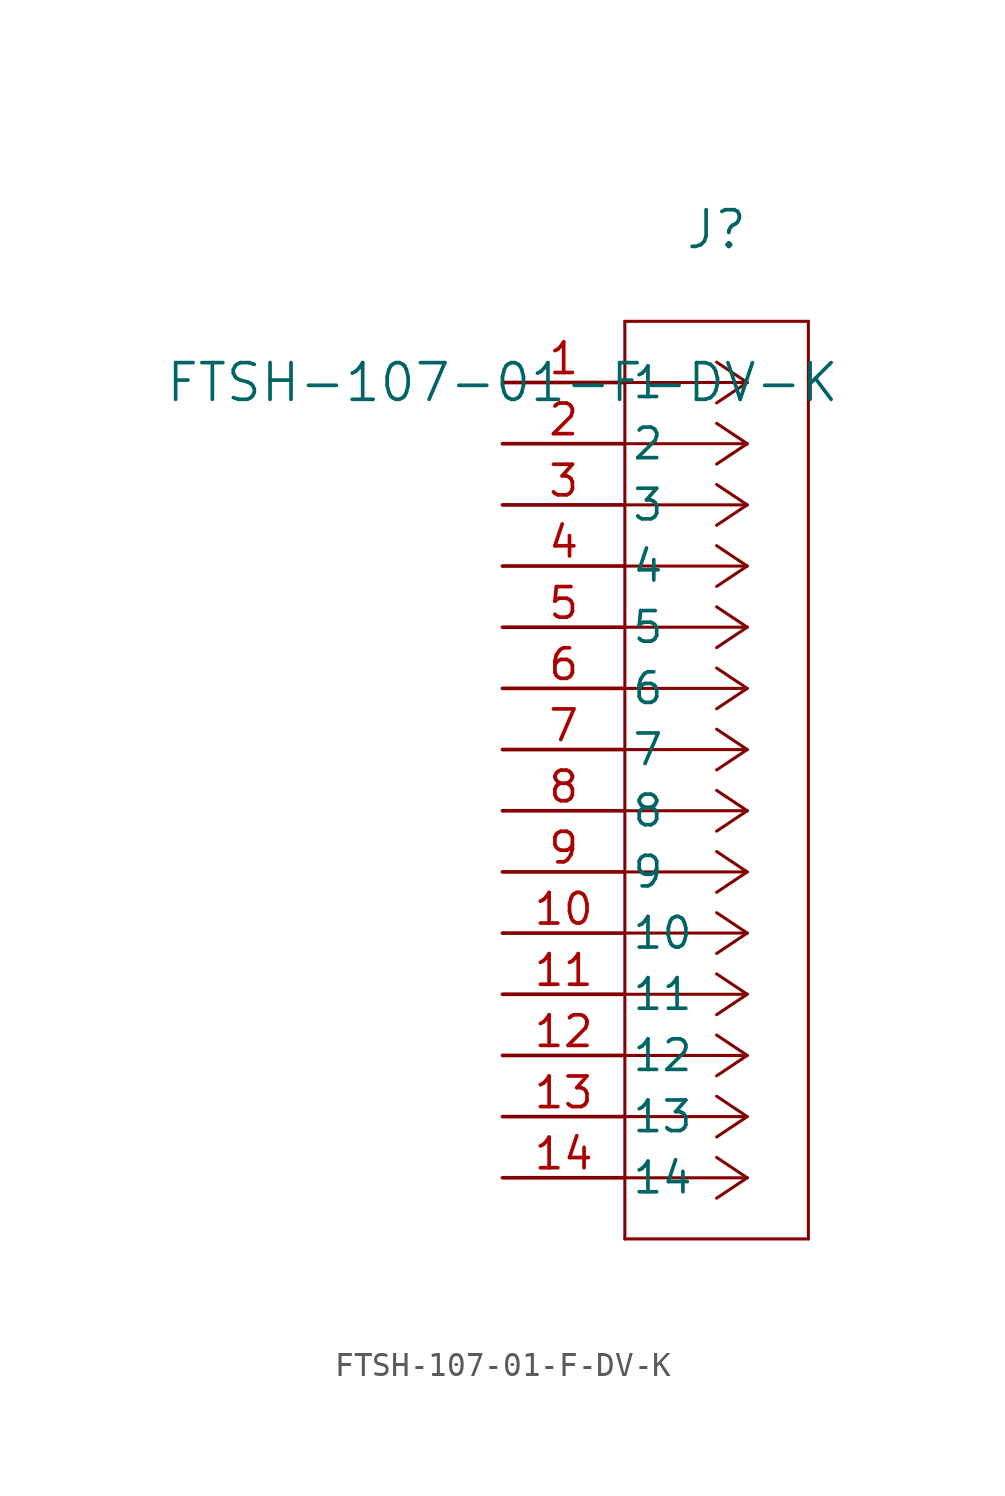
<source format=kicad_sym>
(kicad_symbol_lib
  (version 20211014)
  (generator kicad_symbol_editor)
  (symbol "FTSH-107-01-F-DV-K"
    (pin_names
      (offset 0.254))
    (property "Reference" "J"
      (at 8.89 6.35 0)
      (effects (font (size 1.524 1.524))))
    (property "Value" "FTSH-107-01-F-DV-K"
      (at 0 0 0)
      (effects (font (size 1.524 1.524))))
    (symbol "FTSH-107-01-F-DV-K_0_1"
      (polyline (pts (xy 10.16 0) (xy 5.08 0)) (stroke (width 0.127) (type default) (color 0 0 0 0)) (fill (type none)))
      (polyline (pts (xy 10.16 -2.54) (xy 5.08 -2.54)) (stroke (width 0.127) (type default) (color 0 0 0 0)) (fill (type none)))
      (polyline (pts (xy 10.16 -5.08) (xy 5.08 -5.08)) (stroke (width 0.127) (type default) (color 0 0 0 0)) (fill (type none)))
      (polyline (pts (xy 10.16 -7.62) (xy 5.08 -7.62)) (stroke (width 0.127) (type default) (color 0 0 0 0)) (fill (type none)))
      (polyline (pts (xy 10.16 -10.16) (xy 5.08 -10.16)) (stroke (width 0.127) (type default) (color 0 0 0 0)) (fill (type none)))
      (polyline (pts (xy 10.16 -12.7) (xy 5.08 -12.7)) (stroke (width 0.127) (type default) (color 0 0 0 0)) (fill (type none)))
      (polyline (pts (xy 10.16 -15.24) (xy 5.08 -15.24)) (stroke (width 0.127) (type default) (color 0 0 0 0)) (fill (type none)))
      (polyline (pts (xy 10.16 -17.78) (xy 5.08 -17.78)) (stroke (width 0.127) (type default) (color 0 0 0 0)) (fill (type none)))
      (polyline (pts (xy 10.16 -20.32) (xy 5.08 -20.32)) (stroke (width 0.127) (type default) (color 0 0 0 0)) (fill (type none)))
      (polyline (pts (xy 10.16 -22.86) (xy 5.08 -22.86)) (stroke (width 0.127) (type default) (color 0 0 0 0)) (fill (type none)))
      (polyline (pts (xy 10.16 -25.4) (xy 5.08 -25.4)) (stroke (width 0.127) (type default) (color 0 0 0 0)) (fill (type none)))
      (polyline (pts (xy 10.16 -27.94) (xy 5.08 -27.94)) (stroke (width 0.127) (type default) (color 0 0 0 0)) (fill (type none)))
      (polyline (pts (xy 10.16 -30.48) (xy 5.08 -30.48)) (stroke (width 0.127) (type default) (color 0 0 0 0)) (fill (type none)))
      (polyline (pts (xy 10.16 -33.02) (xy 5.08 -33.02)) (stroke (width 0.127) (type default) (color 0 0 0 0)) (fill (type none)))
      (polyline (pts (xy 10.16 0) (xy 8.89 0.847)) (stroke (width 0.127) (type default) (color 0 0 0 0)) (fill (type none)))
      (polyline (pts (xy 10.16 -2.54) (xy 8.89 -1.693)) (stroke (width 0.127) (type default) (color 0 0 0 0)) (fill (type none)))
      (polyline (pts (xy 10.16 -5.08) (xy 8.89 -4.233)) (stroke (width 0.127) (type default) (color 0 0 0 0)) (fill (type none)))
      (polyline (pts (xy 10.16 -7.62) (xy 8.89 -6.773)) (stroke (width 0.127) (type default) (color 0 0 0 0)) (fill (type none)))
      (polyline (pts (xy 10.16 -10.16) (xy 8.89 -9.313)) (stroke (width 0.127) (type default) (color 0 0 0 0)) (fill (type none)))
      (polyline (pts (xy 10.16 -12.7) (xy 8.89 -11.853)) (stroke (width 0.127) (type default) (color 0 0 0 0)) (fill (type none)))
      (polyline (pts (xy 10.16 -15.24) (xy 8.89 -14.393)) (stroke (width 0.127) (type default) (color 0 0 0 0)) (fill (type none)))
      (polyline (pts (xy 10.16 -17.78) (xy 8.89 -16.933)) (stroke (width 0.127) (type default) (color 0 0 0 0)) (fill (type none)))
      (polyline (pts (xy 10.16 -20.32) (xy 8.89 -19.473)) (stroke (width 0.127) (type default) (color 0 0 0 0)) (fill (type none)))
      (polyline (pts (xy 10.16 -22.86) (xy 8.89 -22.013)) (stroke (width 0.127) (type default) (color 0 0 0 0)) (fill (type none)))
      (polyline (pts (xy 10.16 -25.4) (xy 8.89 -24.553)) (stroke (width 0.127) (type default) (color 0 0 0 0)) (fill (type none)))
      (polyline (pts (xy 10.16 -27.94) (xy 8.89 -27.093)) (stroke (width 0.127) (type default) (color 0 0 0 0)) (fill (type none)))
      (polyline (pts (xy 10.16 -30.48) (xy 8.89 -29.633)) (stroke (width 0.127) (type default) (color 0 0 0 0)) (fill (type none)))
      (polyline (pts (xy 10.16 -33.02) (xy 8.89 -32.173)) (stroke (width 0.127) (type default) (color 0 0 0 0)) (fill (type none)))
      (polyline (pts (xy 10.16 0) (xy 8.89 -0.847)) (stroke (width 0.127) (type default) (color 0 0 0 0)) (fill (type none)))
      (polyline (pts (xy 10.16 -2.54) (xy 8.89 -3.387)) (stroke (width 0.127) (type default) (color 0 0 0 0)) (fill (type none)))
      (polyline (pts (xy 10.16 -5.08) (xy 8.89 -5.927)) (stroke (width 0.127) (type default) (color 0 0 0 0)) (fill (type none)))
      (polyline (pts (xy 10.16 -7.62) (xy 8.89 -8.467)) (stroke (width 0.127) (type default) (color 0 0 0 0)) (fill (type none)))
      (polyline (pts (xy 10.16 -10.16) (xy 8.89 -11.007)) (stroke (width 0.127) (type default) (color 0 0 0 0)) (fill (type none)))
      (polyline (pts (xy 10.16 -12.7) (xy 8.89 -13.547)) (stroke (width 0.127) (type default) (color 0 0 0 0)) (fill (type none)))
      (polyline (pts (xy 10.16 -15.24) (xy 8.89 -16.087)) (stroke (width 0.127) (type default) (color 0 0 0 0)) (fill (type none)))
      (polyline (pts (xy 10.16 -17.78) (xy 8.89 -18.627)) (stroke (width 0.127) (type default) (color 0 0 0 0)) (fill (type none)))
      (polyline (pts (xy 10.16 -20.32) (xy 8.89 -21.167)) (stroke (width 0.127) (type default) (color 0 0 0 0)) (fill (type none)))
      (polyline (pts (xy 10.16 -22.86) (xy 8.89 -23.707)) (stroke (width 0.127) (type default) (color 0 0 0 0)) (fill (type none)))
      (polyline (pts (xy 10.16 -25.4) (xy 8.89 -26.247)) (stroke (width 0.127) (type default) (color 0 0 0 0)) (fill (type none)))
      (polyline (pts (xy 10.16 -27.94) (xy 8.89 -28.787)) (stroke (width 0.127) (type default) (color 0 0 0 0)) (fill (type none)))
      (polyline (pts (xy 10.16 -30.48) (xy 8.89 -31.327)) (stroke (width 0.127) (type default) (color 0 0 0 0)) (fill (type none)))
      (polyline (pts (xy 10.16 -33.02) (xy 8.89 -33.867)) (stroke (width 0.127) (type default) (color 0 0 0 0)) (fill (type none)))
      (polyline (pts (xy 5.08 2.54) (xy 5.08 -35.56)) (stroke (width 0.127) (type default) (color 0 0 0 0)) (fill (type none)))
      (polyline (pts (xy 5.08 -35.56) (xy 12.7 -35.56)) (stroke (width 0.127) (type default) (color 0 0 0 0)) (fill (type none)))
      (polyline (pts (xy 12.7 -35.56) (xy 12.7 2.54)) (stroke (width 0.127) (type default) (color 0 0 0 0)) (fill (type none)))
      (polyline (pts (xy 12.7 2.54) (xy 5.08 2.54)) (stroke (width 0.127) (type default) (color 0 0 0 0)) (fill (type none)))
      (pin unspecified line (at 0 0 0) (length 5.08) (name "1" (effects (font (size 1.27 1.27)))) (number "1" (effects (font (size 1.27 1.27)))))
      (pin unspecified line (at 0 -2.54 0) (length 5.08) (name "2" (effects (font (size 1.27 1.27)))) (number "2" (effects (font (size 1.27 1.27)))))
      (pin unspecified line (at 0 -5.08 0) (length 5.08) (name "3" (effects (font (size 1.27 1.27)))) (number "3" (effects (font (size 1.27 1.27)))))
      (pin unspecified line (at 0 -7.62 0) (length 5.08) (name "4" (effects (font (size 1.27 1.27)))) (number "4" (effects (font (size 1.27 1.27)))))
      (pin unspecified line (at 0 -10.16 0) (length 5.08) (name "5" (effects (font (size 1.27 1.27)))) (number "5" (effects (font (size 1.27 1.27)))))
      (pin unspecified line (at 0 -12.7 0) (length 5.08) (name "6" (effects (font (size 1.27 1.27)))) (number "6" (effects (font (size 1.27 1.27)))))
      (pin unspecified line (at 0 -15.24 0) (length 5.08) (name "7" (effects (font (size 1.27 1.27)))) (number "7" (effects (font (size 1.27 1.27)))))
      (pin unspecified line (at 0 -17.78 0) (length 5.08) (name "8" (effects (font (size 1.27 1.27)))) (number "8" (effects (font (size 1.27 1.27)))))
      (pin unspecified line (at 0 -20.32 0) (length 5.08) (name "9" (effects (font (size 1.27 1.27)))) (number "9" (effects (font (size 1.27 1.27)))))
      (pin unspecified line (at 0 -22.86 0) (length 5.08) (name "10" (effects (font (size 1.27 1.27)))) (number "10" (effects (font (size 1.27 1.27)))))
      (pin unspecified line (at 0 -25.4 0) (length 5.08) (name "11" (effects (font (size 1.27 1.27)))) (number "11" (effects (font (size 1.27 1.27)))))
      (pin unspecified line (at 0 -27.94 0) (length 5.08) (name "12" (effects (font (size 1.27 1.27)))) (number "12" (effects (font (size 1.27 1.27)))))
      (pin unspecified line (at 0 -30.48 0) (length 5.08) (name "13" (effects (font (size 1.27 1.27)))) (number "13" (effects (font (size 1.27 1.27)))))
      (pin unspecified line (at 0 -33.02 0) (length 5.08) (name "14" (effects (font (size 1.27 1.27)))) (number "14" (effects (font (size 1.27 1.27))))))))
</source>
